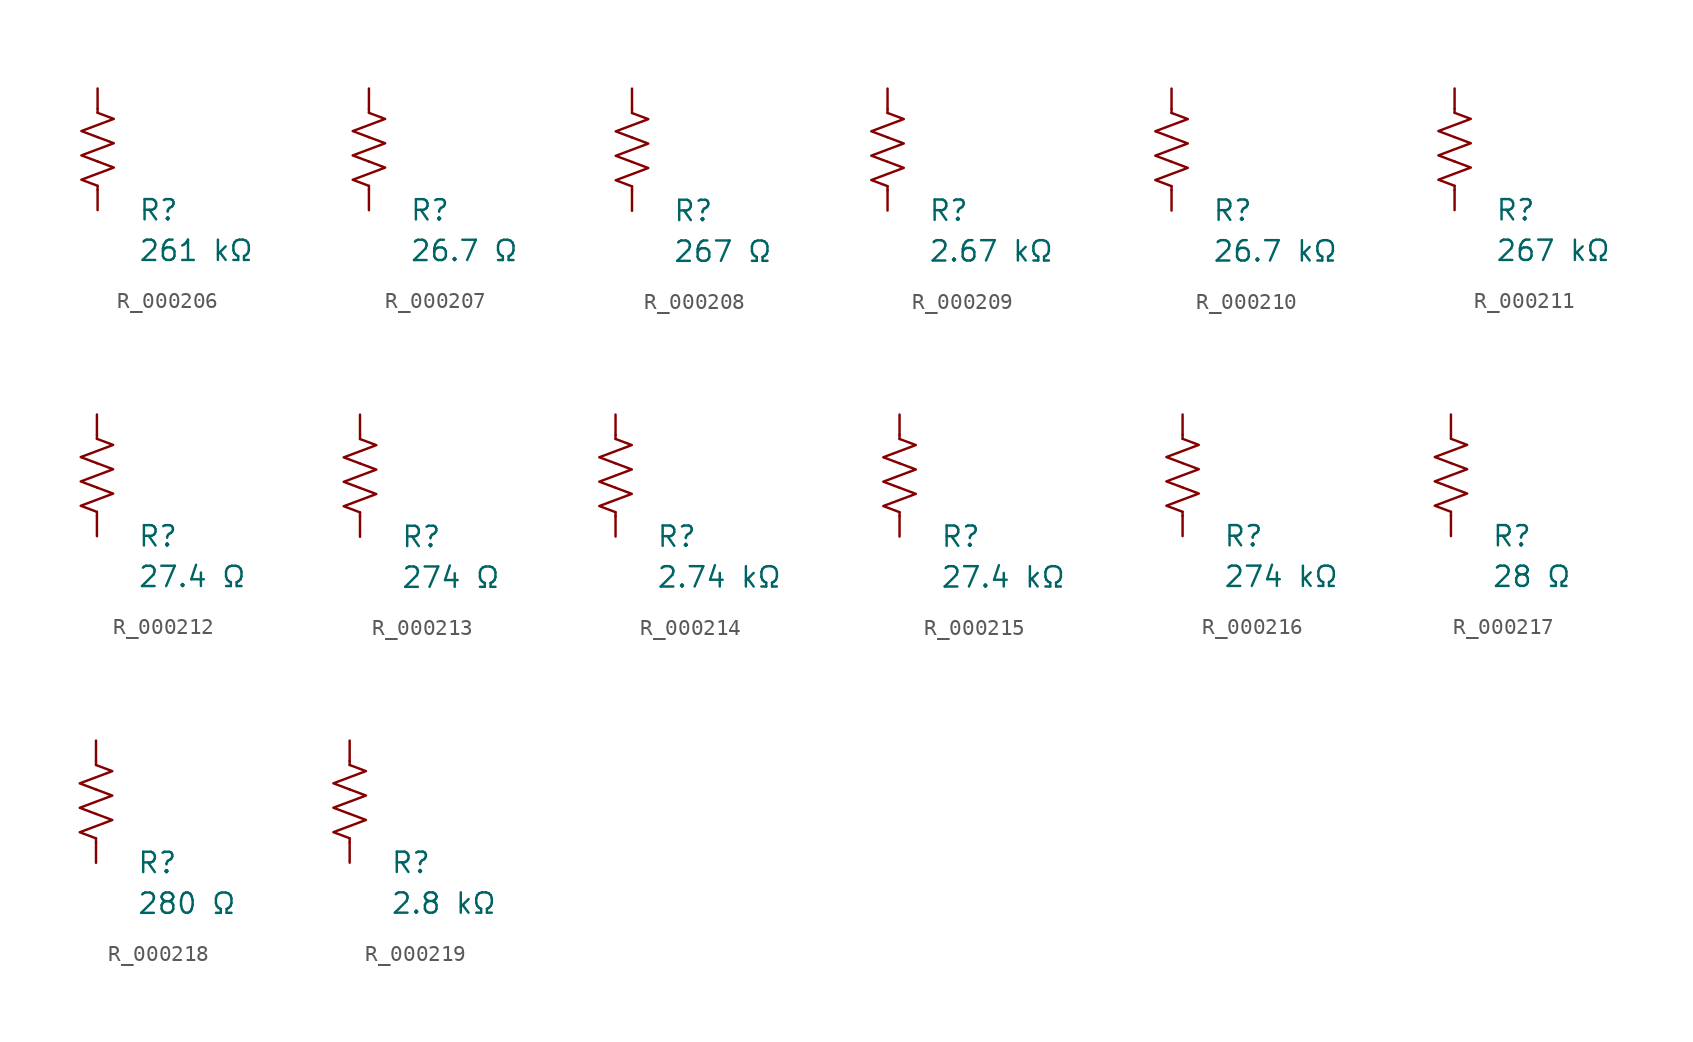
<source format=kicad_sym>
(kicad_symbol_lib
  (version 20231120)
  (generator "kicad_symbol_editor")
  (generator_version "8.0")
  (symbol "R_000206"
    (pin_numbers hide)
    (pin_names
      (offset 0))
    (property "Reference" "R"
      (at 2.54 -3.81 0)
      (effects (font (size 1.27 1.27)) (justify left))
      (show_name no))
    (property "Value" "261 kΩ"
      (at 2.54 -6.35 0)
      (effects (font (size 1.27 1.27)) (justify left))
      (show_name no))
    (symbol "R_000206_0_1"
      (polyline (pts (xy 0 -2.286) (xy 0 -2.54)) (stroke (width 0) (type default)) (fill (type none)))
      (polyline (pts (xy 0 2.286) (xy 0 2.54)) (stroke (width 0) (type default)) (fill (type none)))
      (polyline (pts (xy 0 -0.762) (xy 1.016 -1.143) (xy 0 -1.524) (xy -1.016 -1.905) (xy 0 -2.286)) (stroke (width 0) (type default)) (fill (type none)))
      (polyline (pts (xy 0 0.762) (xy 1.016 0.381) (xy 0 0) (xy -1.016 -0.381) (xy 0 -0.762)) (stroke (width 0) (type default)) (fill (type none)))
      (polyline (pts (xy 0 2.286) (xy 1.016 1.905) (xy 0 1.524) (xy -1.016 1.143) (xy 0 0.762)) (stroke (width 0) (type default)) (fill (type none))))
    (symbol "R_000206_1_1"
      (pin passive line (at 0 3.81 270) (length 1.27) (name "~" (effects (font (size 1.27 1.27)))) (number "1" (effects (font (size 1.27 1.27)))))
      (pin passive line (at 0 -3.81 90) (length 1.27) (name "~" (effects (font (size 1.27 1.27)))) (number "2" (effects (font (size 1.27 1.27)))))))
  (symbol "R_000207"
    (pin_numbers hide)
    (pin_names
      (offset 0))
    (property "Reference" "R"
      (at 2.54 -3.81 0)
      (effects (font (size 1.27 1.27)) (justify left))
      (show_name no))
    (property "Value" "26.7 Ω"
      (at 2.54 -6.35 0)
      (effects (font (size 1.27 1.27)) (justify left))
      (show_name no))
    (symbol "R_000207_0_1"
      (polyline (pts (xy 0 -2.286) (xy 0 -2.54)) (stroke (width 0) (type default)) (fill (type none)))
      (polyline (pts (xy 0 2.286) (xy 0 2.54)) (stroke (width 0) (type default)) (fill (type none)))
      (polyline (pts (xy 0 -0.762) (xy 1.016 -1.143) (xy 0 -1.524) (xy -1.016 -1.905) (xy 0 -2.286)) (stroke (width 0) (type default)) (fill (type none)))
      (polyline (pts (xy 0 0.762) (xy 1.016 0.381) (xy 0 0) (xy -1.016 -0.381) (xy 0 -0.762)) (stroke (width 0) (type default)) (fill (type none)))
      (polyline (pts (xy 0 2.286) (xy 1.016 1.905) (xy 0 1.524) (xy -1.016 1.143) (xy 0 0.762)) (stroke (width 0) (type default)) (fill (type none))))
    (symbol "R_000207_1_1"
      (pin passive line (at 0 3.81 270) (length 1.27) (name "~" (effects (font (size 1.27 1.27)))) (number "1" (effects (font (size 1.27 1.27)))))
      (pin passive line (at 0 -3.81 90) (length 1.27) (name "~" (effects (font (size 1.27 1.27)))) (number "2" (effects (font (size 1.27 1.27)))))))
  (symbol "R_000208"
    (pin_numbers hide)
    (pin_names
      (offset 0))
    (property "Reference" "R"
      (at 2.54 -3.81 0)
      (effects (font (size 1.27 1.27)) (justify left))
      (show_name no))
    (property "Value" "267 Ω"
      (at 2.54 -6.35 0)
      (effects (font (size 1.27 1.27)) (justify left))
      (show_name no))
    (symbol "R_000208_0_1"
      (polyline (pts (xy 0 -2.286) (xy 0 -2.54)) (stroke (width 0) (type default)) (fill (type none)))
      (polyline (pts (xy 0 2.286) (xy 0 2.54)) (stroke (width 0) (type default)) (fill (type none)))
      (polyline (pts (xy 0 -0.762) (xy 1.016 -1.143) (xy 0 -1.524) (xy -1.016 -1.905) (xy 0 -2.286)) (stroke (width 0) (type default)) (fill (type none)))
      (polyline (pts (xy 0 0.762) (xy 1.016 0.381) (xy 0 0) (xy -1.016 -0.381) (xy 0 -0.762)) (stroke (width 0) (type default)) (fill (type none)))
      (polyline (pts (xy 0 2.286) (xy 1.016 1.905) (xy 0 1.524) (xy -1.016 1.143) (xy 0 0.762)) (stroke (width 0) (type default)) (fill (type none))))
    (symbol "R_000208_1_1"
      (pin passive line (at 0 3.81 270) (length 1.27) (name "~" (effects (font (size 1.27 1.27)))) (number "1" (effects (font (size 1.27 1.27)))))
      (pin passive line (at 0 -3.81 90) (length 1.27) (name "~" (effects (font (size 1.27 1.27)))) (number "2" (effects (font (size 1.27 1.27)))))))
  (symbol "R_000209"
    (pin_numbers hide)
    (pin_names
      (offset 0))
    (property "Reference" "R"
      (at 2.54 -3.81 0)
      (effects (font (size 1.27 1.27)) (justify left))
      (show_name no))
    (property "Value" "2.67 kΩ"
      (at 2.54 -6.35 0)
      (effects (font (size 1.27 1.27)) (justify left))
      (show_name no))
    (symbol "R_000209_0_1"
      (polyline (pts (xy 0 -2.286) (xy 0 -2.54)) (stroke (width 0) (type default)) (fill (type none)))
      (polyline (pts (xy 0 2.286) (xy 0 2.54)) (stroke (width 0) (type default)) (fill (type none)))
      (polyline (pts (xy 0 -0.762) (xy 1.016 -1.143) (xy 0 -1.524) (xy -1.016 -1.905) (xy 0 -2.286)) (stroke (width 0) (type default)) (fill (type none)))
      (polyline (pts (xy 0 0.762) (xy 1.016 0.381) (xy 0 0) (xy -1.016 -0.381) (xy 0 -0.762)) (stroke (width 0) (type default)) (fill (type none)))
      (polyline (pts (xy 0 2.286) (xy 1.016 1.905) (xy 0 1.524) (xy -1.016 1.143) (xy 0 0.762)) (stroke (width 0) (type default)) (fill (type none))))
    (symbol "R_000209_1_1"
      (pin passive line (at 0 3.81 270) (length 1.27) (name "~" (effects (font (size 1.27 1.27)))) (number "1" (effects (font (size 1.27 1.27)))))
      (pin passive line (at 0 -3.81 90) (length 1.27) (name "~" (effects (font (size 1.27 1.27)))) (number "2" (effects (font (size 1.27 1.27)))))))
  (symbol "R_000210"
    (pin_numbers hide)
    (pin_names
      (offset 0))
    (property "Reference" "R"
      (at 2.54 -3.81 0)
      (effects (font (size 1.27 1.27)) (justify left))
      (show_name no))
    (property "Value" "26.7 kΩ"
      (at 2.54 -6.35 0)
      (effects (font (size 1.27 1.27)) (justify left))
      (show_name no))
    (symbol "R_000210_0_1"
      (polyline (pts (xy 0 -2.286) (xy 0 -2.54)) (stroke (width 0) (type default)) (fill (type none)))
      (polyline (pts (xy 0 2.286) (xy 0 2.54)) (stroke (width 0) (type default)) (fill (type none)))
      (polyline (pts (xy 0 -0.762) (xy 1.016 -1.143) (xy 0 -1.524) (xy -1.016 -1.905) (xy 0 -2.286)) (stroke (width 0) (type default)) (fill (type none)))
      (polyline (pts (xy 0 0.762) (xy 1.016 0.381) (xy 0 0) (xy -1.016 -0.381) (xy 0 -0.762)) (stroke (width 0) (type default)) (fill (type none)))
      (polyline (pts (xy 0 2.286) (xy 1.016 1.905) (xy 0 1.524) (xy -1.016 1.143) (xy 0 0.762)) (stroke (width 0) (type default)) (fill (type none))))
    (symbol "R_000210_1_1"
      (pin passive line (at 0 3.81 270) (length 1.27) (name "~" (effects (font (size 1.27 1.27)))) (number "1" (effects (font (size 1.27 1.27)))))
      (pin passive line (at 0 -3.81 90) (length 1.27) (name "~" (effects (font (size 1.27 1.27)))) (number "2" (effects (font (size 1.27 1.27)))))))
  (symbol "R_000211"
    (pin_numbers hide)
    (pin_names
      (offset 0))
    (property "Reference" "R"
      (at 2.54 -3.81 0)
      (effects (font (size 1.27 1.27)) (justify left))
      (show_name no))
    (property "Value" "267 kΩ"
      (at 2.54 -6.35 0)
      (effects (font (size 1.27 1.27)) (justify left))
      (show_name no))
    (symbol "R_000211_0_1"
      (polyline (pts (xy 0 -2.286) (xy 0 -2.54)) (stroke (width 0) (type default)) (fill (type none)))
      (polyline (pts (xy 0 2.286) (xy 0 2.54)) (stroke (width 0) (type default)) (fill (type none)))
      (polyline (pts (xy 0 -0.762) (xy 1.016 -1.143) (xy 0 -1.524) (xy -1.016 -1.905) (xy 0 -2.286)) (stroke (width 0) (type default)) (fill (type none)))
      (polyline (pts (xy 0 0.762) (xy 1.016 0.381) (xy 0 0) (xy -1.016 -0.381) (xy 0 -0.762)) (stroke (width 0) (type default)) (fill (type none)))
      (polyline (pts (xy 0 2.286) (xy 1.016 1.905) (xy 0 1.524) (xy -1.016 1.143) (xy 0 0.762)) (stroke (width 0) (type default)) (fill (type none))))
    (symbol "R_000211_1_1"
      (pin passive line (at 0 3.81 270) (length 1.27) (name "~" (effects (font (size 1.27 1.27)))) (number "1" (effects (font (size 1.27 1.27)))))
      (pin passive line (at 0 -3.81 90) (length 1.27) (name "~" (effects (font (size 1.27 1.27)))) (number "2" (effects (font (size 1.27 1.27)))))))
  (symbol "R_000212"
    (pin_numbers hide)
    (pin_names
      (offset 0))
    (property "Reference" "R"
      (at 2.54 -3.81 0)
      (effects (font (size 1.27 1.27)) (justify left))
      (show_name no))
    (property "Value" "27.4 Ω"
      (at 2.54 -6.35 0)
      (effects (font (size 1.27 1.27)) (justify left))
      (show_name no))
    (symbol "R_000212_0_1"
      (polyline (pts (xy 0 -2.286) (xy 0 -2.54)) (stroke (width 0) (type default)) (fill (type none)))
      (polyline (pts (xy 0 2.286) (xy 0 2.54)) (stroke (width 0) (type default)) (fill (type none)))
      (polyline (pts (xy 0 -0.762) (xy 1.016 -1.143) (xy 0 -1.524) (xy -1.016 -1.905) (xy 0 -2.286)) (stroke (width 0) (type default)) (fill (type none)))
      (polyline (pts (xy 0 0.762) (xy 1.016 0.381) (xy 0 0) (xy -1.016 -0.381) (xy 0 -0.762)) (stroke (width 0) (type default)) (fill (type none)))
      (polyline (pts (xy 0 2.286) (xy 1.016 1.905) (xy 0 1.524) (xy -1.016 1.143) (xy 0 0.762)) (stroke (width 0) (type default)) (fill (type none))))
    (symbol "R_000212_1_1"
      (pin passive line (at 0 3.81 270) (length 1.27) (name "~" (effects (font (size 1.27 1.27)))) (number "1" (effects (font (size 1.27 1.27)))))
      (pin passive line (at 0 -3.81 90) (length 1.27) (name "~" (effects (font (size 1.27 1.27)))) (number "2" (effects (font (size 1.27 1.27)))))))
  (symbol "R_000213"
    (pin_numbers hide)
    (pin_names
      (offset 0))
    (property "Reference" "R"
      (at 2.54 -3.81 0)
      (effects (font (size 1.27 1.27)) (justify left))
      (show_name no))
    (property "Value" "274 Ω"
      (at 2.54 -6.35 0)
      (effects (font (size 1.27 1.27)) (justify left))
      (show_name no))
    (symbol "R_000213_0_1"
      (polyline (pts (xy 0 -2.286) (xy 0 -2.54)) (stroke (width 0) (type default)) (fill (type none)))
      (polyline (pts (xy 0 2.286) (xy 0 2.54)) (stroke (width 0) (type default)) (fill (type none)))
      (polyline (pts (xy 0 -0.762) (xy 1.016 -1.143) (xy 0 -1.524) (xy -1.016 -1.905) (xy 0 -2.286)) (stroke (width 0) (type default)) (fill (type none)))
      (polyline (pts (xy 0 0.762) (xy 1.016 0.381) (xy 0 0) (xy -1.016 -0.381) (xy 0 -0.762)) (stroke (width 0) (type default)) (fill (type none)))
      (polyline (pts (xy 0 2.286) (xy 1.016 1.905) (xy 0 1.524) (xy -1.016 1.143) (xy 0 0.762)) (stroke (width 0) (type default)) (fill (type none))))
    (symbol "R_000213_1_1"
      (pin passive line (at 0 3.81 270) (length 1.27) (name "~" (effects (font (size 1.27 1.27)))) (number "1" (effects (font (size 1.27 1.27)))))
      (pin passive line (at 0 -3.81 90) (length 1.27) (name "~" (effects (font (size 1.27 1.27)))) (number "2" (effects (font (size 1.27 1.27)))))))
  (symbol "R_000214"
    (pin_numbers hide)
    (pin_names
      (offset 0))
    (property "Reference" "R"
      (at 2.54 -3.81 0)
      (effects (font (size 1.27 1.27)) (justify left))
      (show_name no))
    (property "Value" "2.74 kΩ"
      (at 2.54 -6.35 0)
      (effects (font (size 1.27 1.27)) (justify left))
      (show_name no))
    (symbol "R_000214_0_1"
      (polyline (pts (xy 0 -2.286) (xy 0 -2.54)) (stroke (width 0) (type default)) (fill (type none)))
      (polyline (pts (xy 0 2.286) (xy 0 2.54)) (stroke (width 0) (type default)) (fill (type none)))
      (polyline (pts (xy 0 -0.762) (xy 1.016 -1.143) (xy 0 -1.524) (xy -1.016 -1.905) (xy 0 -2.286)) (stroke (width 0) (type default)) (fill (type none)))
      (polyline (pts (xy 0 0.762) (xy 1.016 0.381) (xy 0 0) (xy -1.016 -0.381) (xy 0 -0.762)) (stroke (width 0) (type default)) (fill (type none)))
      (polyline (pts (xy 0 2.286) (xy 1.016 1.905) (xy 0 1.524) (xy -1.016 1.143) (xy 0 0.762)) (stroke (width 0) (type default)) (fill (type none))))
    (symbol "R_000214_1_1"
      (pin passive line (at 0 3.81 270) (length 1.27) (name "~" (effects (font (size 1.27 1.27)))) (number "1" (effects (font (size 1.27 1.27)))))
      (pin passive line (at 0 -3.81 90) (length 1.27) (name "~" (effects (font (size 1.27 1.27)))) (number "2" (effects (font (size 1.27 1.27)))))))
  (symbol "R_000215"
    (pin_numbers hide)
    (pin_names
      (offset 0))
    (property "Reference" "R"
      (at 2.54 -3.81 0)
      (effects (font (size 1.27 1.27)) (justify left))
      (show_name no))
    (property "Value" "27.4 kΩ"
      (at 2.54 -6.35 0)
      (effects (font (size 1.27 1.27)) (justify left))
      (show_name no))
    (symbol "R_000215_0_1"
      (polyline (pts (xy 0 -2.286) (xy 0 -2.54)) (stroke (width 0) (type default)) (fill (type none)))
      (polyline (pts (xy 0 2.286) (xy 0 2.54)) (stroke (width 0) (type default)) (fill (type none)))
      (polyline (pts (xy 0 -0.762) (xy 1.016 -1.143) (xy 0 -1.524) (xy -1.016 -1.905) (xy 0 -2.286)) (stroke (width 0) (type default)) (fill (type none)))
      (polyline (pts (xy 0 0.762) (xy 1.016 0.381) (xy 0 0) (xy -1.016 -0.381) (xy 0 -0.762)) (stroke (width 0) (type default)) (fill (type none)))
      (polyline (pts (xy 0 2.286) (xy 1.016 1.905) (xy 0 1.524) (xy -1.016 1.143) (xy 0 0.762)) (stroke (width 0) (type default)) (fill (type none))))
    (symbol "R_000215_1_1"
      (pin passive line (at 0 3.81 270) (length 1.27) (name "~" (effects (font (size 1.27 1.27)))) (number "1" (effects (font (size 1.27 1.27)))))
      (pin passive line (at 0 -3.81 90) (length 1.27) (name "~" (effects (font (size 1.27 1.27)))) (number "2" (effects (font (size 1.27 1.27)))))))
  (symbol "R_000216"
    (pin_numbers hide)
    (pin_names
      (offset 0))
    (property "Reference" "R"
      (at 2.54 -3.81 0)
      (effects (font (size 1.27 1.27)) (justify left))
      (show_name no))
    (property "Value" "274 kΩ"
      (at 2.54 -6.35 0)
      (effects (font (size 1.27 1.27)) (justify left))
      (show_name no))
    (symbol "R_000216_0_1"
      (polyline (pts (xy 0 -2.286) (xy 0 -2.54)) (stroke (width 0) (type default)) (fill (type none)))
      (polyline (pts (xy 0 2.286) (xy 0 2.54)) (stroke (width 0) (type default)) (fill (type none)))
      (polyline (pts (xy 0 -0.762) (xy 1.016 -1.143) (xy 0 -1.524) (xy -1.016 -1.905) (xy 0 -2.286)) (stroke (width 0) (type default)) (fill (type none)))
      (polyline (pts (xy 0 0.762) (xy 1.016 0.381) (xy 0 0) (xy -1.016 -0.381) (xy 0 -0.762)) (stroke (width 0) (type default)) (fill (type none)))
      (polyline (pts (xy 0 2.286) (xy 1.016 1.905) (xy 0 1.524) (xy -1.016 1.143) (xy 0 0.762)) (stroke (width 0) (type default)) (fill (type none))))
    (symbol "R_000216_1_1"
      (pin passive line (at 0 3.81 270) (length 1.27) (name "~" (effects (font (size 1.27 1.27)))) (number "1" (effects (font (size 1.27 1.27)))))
      (pin passive line (at 0 -3.81 90) (length 1.27) (name "~" (effects (font (size 1.27 1.27)))) (number "2" (effects (font (size 1.27 1.27)))))))
  (symbol "R_000217"
    (pin_numbers hide)
    (pin_names
      (offset 0))
    (property "Reference" "R"
      (at 2.54 -3.81 0)
      (effects (font (size 1.27 1.27)) (justify left))
      (show_name no))
    (property "Value" "28 Ω"
      (at 2.54 -6.35 0)
      (effects (font (size 1.27 1.27)) (justify left))
      (show_name no))
    (symbol "R_000217_0_1"
      (polyline (pts (xy 0 -2.286) (xy 0 -2.54)) (stroke (width 0) (type default)) (fill (type none)))
      (polyline (pts (xy 0 2.286) (xy 0 2.54)) (stroke (width 0) (type default)) (fill (type none)))
      (polyline (pts (xy 0 -0.762) (xy 1.016 -1.143) (xy 0 -1.524) (xy -1.016 -1.905) (xy 0 -2.286)) (stroke (width 0) (type default)) (fill (type none)))
      (polyline (pts (xy 0 0.762) (xy 1.016 0.381) (xy 0 0) (xy -1.016 -0.381) (xy 0 -0.762)) (stroke (width 0) (type default)) (fill (type none)))
      (polyline (pts (xy 0 2.286) (xy 1.016 1.905) (xy 0 1.524) (xy -1.016 1.143) (xy 0 0.762)) (stroke (width 0) (type default)) (fill (type none))))
    (symbol "R_000217_1_1"
      (pin passive line (at 0 3.81 270) (length 1.27) (name "~" (effects (font (size 1.27 1.27)))) (number "1" (effects (font (size 1.27 1.27)))))
      (pin passive line (at 0 -3.81 90) (length 1.27) (name "~" (effects (font (size 1.27 1.27)))) (number "2" (effects (font (size 1.27 1.27)))))))
  (symbol "R_000218"
    (pin_numbers hide)
    (pin_names
      (offset 0))
    (property "Reference" "R"
      (at 2.54 -3.81 0)
      (effects (font (size 1.27 1.27)) (justify left))
      (show_name no))
    (property "Value" "280 Ω"
      (at 2.54 -6.35 0)
      (effects (font (size 1.27 1.27)) (justify left))
      (show_name no))
    (symbol "R_000218_0_1"
      (polyline (pts (xy 0 -2.286) (xy 0 -2.54)) (stroke (width 0) (type default)) (fill (type none)))
      (polyline (pts (xy 0 2.286) (xy 0 2.54)) (stroke (width 0) (type default)) (fill (type none)))
      (polyline (pts (xy 0 -0.762) (xy 1.016 -1.143) (xy 0 -1.524) (xy -1.016 -1.905) (xy 0 -2.286)) (stroke (width 0) (type default)) (fill (type none)))
      (polyline (pts (xy 0 0.762) (xy 1.016 0.381) (xy 0 0) (xy -1.016 -0.381) (xy 0 -0.762)) (stroke (width 0) (type default)) (fill (type none)))
      (polyline (pts (xy 0 2.286) (xy 1.016 1.905) (xy 0 1.524) (xy -1.016 1.143) (xy 0 0.762)) (stroke (width 0) (type default)) (fill (type none))))
    (symbol "R_000218_1_1"
      (pin passive line (at 0 3.81 270) (length 1.27) (name "~" (effects (font (size 1.27 1.27)))) (number "1" (effects (font (size 1.27 1.27)))))
      (pin passive line (at 0 -3.81 90) (length 1.27) (name "~" (effects (font (size 1.27 1.27)))) (number "2" (effects (font (size 1.27 1.27)))))))
  (symbol "R_000219"
    (pin_numbers hide)
    (pin_names
      (offset 0))
    (property "Reference" "R"
      (at 2.54 -3.81 0)
      (effects (font (size 1.27 1.27)) (justify left))
      (show_name no))
    (property "Value" "2.8 kΩ"
      (at 2.54 -6.35 0)
      (effects (font (size 1.27 1.27)) (justify left))
      (show_name no))
    (symbol "R_000219_0_1"
      (polyline (pts (xy 0 -2.286) (xy 0 -2.54)) (stroke (width 0) (type default)) (fill (type none)))
      (polyline (pts (xy 0 2.286) (xy 0 2.54)) (stroke (width 0) (type default)) (fill (type none)))
      (polyline (pts (xy 0 -0.762) (xy 1.016 -1.143) (xy 0 -1.524) (xy -1.016 -1.905) (xy 0 -2.286)) (stroke (width 0) (type default)) (fill (type none)))
      (polyline (pts (xy 0 0.762) (xy 1.016 0.381) (xy 0 0) (xy -1.016 -0.381) (xy 0 -0.762)) (stroke (width 0) (type default)) (fill (type none)))
      (polyline (pts (xy 0 2.286) (xy 1.016 1.905) (xy 0 1.524) (xy -1.016 1.143) (xy 0 0.762)) (stroke (width 0) (type default)) (fill (type none))))
    (symbol "R_000219_1_1"
      (pin passive line (at 0 3.81 270) (length 1.27) (name "~" (effects (font (size 1.27 1.27)))) (number "1" (effects (font (size 1.27 1.27)))))
      (pin passive line (at 0 -3.81 90) (length 1.27) (name "~" (effects (font (size 1.27 1.27)))) (number "2" (effects (font (size 1.27 1.27))))))))
</source>
